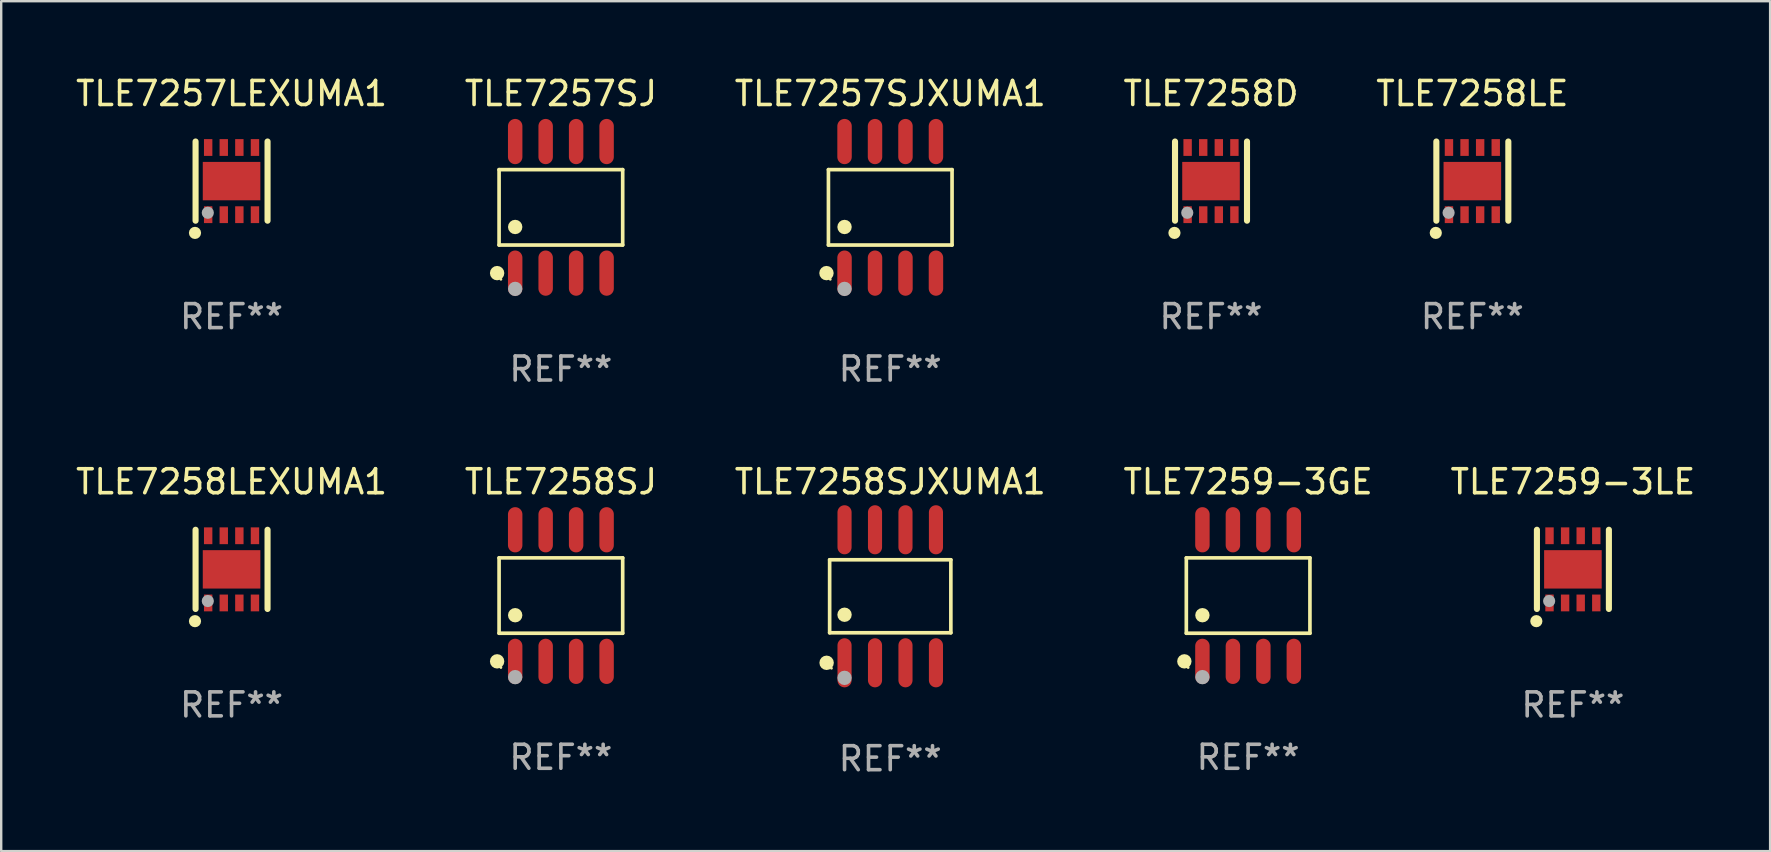
<source format=kicad_pcb>
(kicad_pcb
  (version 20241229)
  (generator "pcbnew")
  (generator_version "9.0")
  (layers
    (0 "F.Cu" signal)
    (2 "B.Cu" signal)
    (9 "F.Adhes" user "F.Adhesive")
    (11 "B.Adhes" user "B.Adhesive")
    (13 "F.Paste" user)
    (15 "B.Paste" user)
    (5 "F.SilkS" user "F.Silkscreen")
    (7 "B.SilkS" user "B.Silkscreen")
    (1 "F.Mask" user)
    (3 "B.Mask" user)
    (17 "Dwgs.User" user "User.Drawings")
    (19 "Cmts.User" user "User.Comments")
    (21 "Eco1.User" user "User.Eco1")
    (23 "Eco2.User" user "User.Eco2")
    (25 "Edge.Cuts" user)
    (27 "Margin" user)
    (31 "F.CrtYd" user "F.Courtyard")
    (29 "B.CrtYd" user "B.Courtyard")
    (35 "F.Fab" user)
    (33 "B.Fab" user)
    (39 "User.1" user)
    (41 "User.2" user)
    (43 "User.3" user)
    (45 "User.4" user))
  (footprint "TLE7259-3LE"
    (layer "F.Cu")
    (at 62.506 20.68)
    (property "Reference" "TLE7259-3LE" (at 0 -3.65 0) (layer "F.SilkS") (effects (font (size 1 1) (thickness 0.15))))
    (attr through_hole)
    (fp_line (start -1.5 1.65) (end -1.5 -1.65) (stroke (width 0.254) (type solid)) (layer "F.SilkS"))
    (fp_line (start 1.5 1.65) (end 1.5 -1.65) (stroke (width 0.254) (type solid)) (layer "F.SilkS"))
    (fp_circle (center -1.524 2.159) (end -1.397 2.159) (stroke (width 0.254) (type solid)) (fill no) (layer "F.SilkS"))
    (fp_circle (center -1.5 1.5) (end -1.47 1.5) (stroke (width 0.06) (type solid)) (fill no) (layer "F.SilkS"))
    (fp_circle (center -0.99 1.32) (end -0.863 1.32) (stroke (width 0.254) (type solid)) (fill no) (layer "F.Fab"))
    (fp_text user "REF**" (at 0 5.65 0) (layer "F.Fab") (effects (font (size 1 1) (thickness 0.15))))
    (pad "1" smd rect (at -0.975 1.4 270) (size 0.7 0.35) (layers "F.Cu" "F.Mask" "F.Paste"))
    (pad "2" smd rect (at -0.325 1.4 270) (size 0.7 0.35) (layers "F.Cu" "F.Mask" "F.Paste"))
    (pad "3" smd rect (at 0.325 1.4 270) (size 0.7 0.35) (layers "F.Cu" "F.Mask" "F.Paste"))
    (pad "4" smd rect (at 0.975 1.4 270) (size 0.7 0.35) (layers "F.Cu" "F.Mask" "F.Paste"))
    (pad "5" smd rect (at 0.975 -1.4 270) (size 0.7 0.35) (layers "F.Cu" "F.Mask" "F.Paste"))
    (pad "6" smd rect (at 0.325 -1.4 270) (size 0.7 0.35) (layers "F.Cu" "F.Mask" "F.Paste"))
    (pad "7" smd rect (at -0.325 -1.4 270) (size 0.7 0.35) (layers "F.Cu" "F.Mask" "F.Paste"))
    (pad "8" smd rect (at -0.975 -1.4 270) (size 0.7 0.35) (layers "F.Cu" "F.Mask" "F.Paste"))
    (pad "9" smd rect (at 0.000241 0.000064) (size 2.4 1.6) (layers "F.Cu" "F.Mask" "F.Paste")))
  (footprint "TLE7258LE"
    (layer "F.Cu")
    (at 58.315 4.498)
    (property "Reference" "TLE7258LE" (at 0 -3.65 0) (layer "F.SilkS") (effects (font (size 1 1) (thickness 0.15))))
    (attr through_hole)
    (fp_line (start -1.5 1.65) (end -1.5 -1.65) (stroke (width 0.254) (type solid)) (layer "F.SilkS"))
    (fp_line (start 1.5 1.65) (end 1.5 -1.65) (stroke (width 0.254) (type solid)) (layer "F.SilkS"))
    (fp_circle (center -1.524 2.159) (end -1.397 2.159) (stroke (width 0.254) (type solid)) (fill no) (layer "F.SilkS"))
    (fp_circle (center -1.5 1.5) (end -1.47 1.5) (stroke (width 0.06) (type solid)) (fill no) (layer "F.SilkS"))
    (fp_circle (center -0.99 1.32) (end -0.863 1.32) (stroke (width 0.254) (type solid)) (fill no) (layer "F.Fab"))
    (fp_text user "REF**" (at 0 5.65 0) (layer "F.Fab") (effects (font (size 1 1) (thickness 0.15))))
    (pad "1" smd rect (at -0.975 1.4 270) (size 0.7 0.35) (layers "F.Cu" "F.Mask" "F.Paste"))
    (pad "2" smd rect (at -0.325 1.4 270) (size 0.7 0.35) (layers "F.Cu" "F.Mask" "F.Paste"))
    (pad "3" smd rect (at 0.325 1.4 270) (size 0.7 0.35) (layers "F.Cu" "F.Mask" "F.Paste"))
    (pad "4" smd rect (at 0.975 1.4 270) (size 0.7 0.35) (layers "F.Cu" "F.Mask" "F.Paste"))
    (pad "5" smd rect (at 0.975 -1.4 270) (size 0.7 0.35) (layers "F.Cu" "F.Mask" "F.Paste"))
    (pad "6" smd rect (at 0.325 -1.4 270) (size 0.7 0.35) (layers "F.Cu" "F.Mask" "F.Paste"))
    (pad "7" smd rect (at -0.325 -1.4 270) (size 0.7 0.35) (layers "F.Cu" "F.Mask" "F.Paste"))
    (pad "8" smd rect (at -0.975 -1.4 270) (size 0.7 0.35) (layers "F.Cu" "F.Mask" "F.Paste"))
    (pad "9" smd rect (at 0.000241 0.000064) (size 2.4 1.6) (layers "F.Cu" "F.Mask" "F.Paste")))
  (footprint "TLE7257SJXUMA1"
    (layer "F.Cu")
    (at 34.054 5.591)
    (property "Reference" "TLE7257SJXUMA1" (at 0 -4.742 0) (layer "F.SilkS") (effects (font (size 1 1) (thickness 0.15))))
    (attr through_hole)
    (fp_line (start -2.576 -1.571) (end 2.576 -1.571) (stroke (width 0.152) (type solid)) (layer "F.SilkS"))
    (fp_line (start -2.576 1.571) (end -2.576 -1.571) (stroke (width 0.152) (type solid)) (layer "F.SilkS"))
    (fp_line (start 2.576 -1.571) (end 2.576 1.571) (stroke (width 0.152) (type solid)) (layer "F.SilkS"))
    (fp_line (start 2.576 1.571) (end -2.576 1.571) (stroke (width 0.152) (type solid)) (layer "F.SilkS"))
    (fp_circle (center -2.658 2.742) (end -2.508 2.742) (stroke (width 0.3) (type solid)) (fill no) (layer "F.SilkS"))
    (fp_circle (center -2.5 3) (end -2.47 3) (stroke (width 0.06) (type solid)) (fill no) (layer "F.SilkS"))
    (fp_circle (center -1.905 0.819) (end -1.755 0.819) (stroke (width 0.3) (type solid)) (fill no) (layer "F.SilkS"))
    (fp_circle (center -1.905 3.4) (end -1.755 3.4) (stroke (width 0.3) (type solid)) (fill no) (layer "F.Fab"))
    (fp_text user "REF**" (at 0 6.742 0) (layer "F.Fab") (effects (font (size 1 1) (thickness 0.15))))
    (pad "1" smd oval (at -1.905 2.742) (size 0.602 1.885) (layers "F.Cu" "F.Mask" "F.Paste"))
    (pad "2" smd oval (at -0.635 2.742) (size 0.602 1.885) (layers "F.Cu" "F.Mask" "F.Paste"))
    (pad "3" smd oval (at 0.635 2.742) (size 0.602 1.885) (layers "F.Cu" "F.Mask" "F.Paste"))
    (pad "4" smd oval (at 1.905 2.742) (size 0.602 1.885) (layers "F.Cu" "F.Mask" "F.Paste"))
    (pad "5" smd oval (at 1.905 -2.742) (size 0.602 1.885) (layers "F.Cu" "F.Mask" "F.Paste"))
    (pad "6" smd oval (at 0.635 -2.742) (size 0.602 1.885) (layers "F.Cu" "F.Mask" "F.Paste"))
    (pad "7" smd oval (at -0.635 -2.742) (size 0.602 1.885) (layers "F.Cu" "F.Mask" "F.Paste"))
    (pad "8" smd oval (at -1.905 -2.742) (size 0.602 1.885) (layers "F.Cu" "F.Mask" "F.Paste")))
  (footprint "TLE7258SJXUMA1"
    (layer "F.Cu")
    (at 34.054 21.802)
    (property "Reference" "TLE7258SJXUMA1" (at 0 -4.772 0) (layer "F.SilkS") (effects (font (size 1 1) (thickness 0.15))))
    (attr through_hole)
    (fp_line (start -2.526 -1.521) (end 2.526 -1.521) (stroke (width 0.152) (type solid)) (layer "F.SilkS"))
    (fp_line (start -2.526 1.521) (end -2.526 -1.521) (stroke (width 0.152) (type solid)) (layer "F.SilkS"))
    (fp_line (start 2.526 -1.521) (end 2.526 1.521) (stroke (width 0.152) (type solid)) (layer "F.SilkS"))
    (fp_line (start 2.526 1.521) (end -2.526 1.521) (stroke (width 0.152) (type solid)) (layer "F.SilkS"))
    (fp_circle (center -2.652 2.772) (end -2.501 2.772) (stroke (width 0.3) (type solid)) (fill no) (layer "F.SilkS"))
    (fp_circle (center -2.45 3) (end -2.42 3) (stroke (width 0.06) (type solid)) (fill no) (layer "F.SilkS"))
    (fp_circle (center -1.905 0.769) (end -1.755 0.769) (stroke (width 0.3) (type solid)) (fill no) (layer "F.SilkS"))
    (fp_circle (center -1.905 3.4) (end -1.755 3.4) (stroke (width 0.3) (type solid)) (fill no) (layer "F.Fab"))
    (fp_text user "REF**" (at 0 6.772 0) (layer "F.Fab") (effects (font (size 1 1) (thickness 0.15))))
    (pad "1" smd oval (at -1.905 2.772) (size 0.588 2.045) (layers "F.Cu" "F.Mask" "F.Paste"))
    (pad "2" smd oval (at -0.635 2.772) (size 0.588 2.045) (layers "F.Cu" "F.Mask" "F.Paste"))
    (pad "3" smd oval (at 0.635 2.772) (size 0.588 2.045) (layers "F.Cu" "F.Mask" "F.Paste"))
    (pad "4" smd oval (at 1.905 2.772) (size 0.588 2.045) (layers "F.Cu" "F.Mask" "F.Paste"))
    (pad "5" smd oval (at 1.905 -2.772) (size 0.588 2.045) (layers "F.Cu" "F.Mask" "F.Paste"))
    (pad "6" smd oval (at 0.635 -2.772) (size 0.588 2.045) (layers "F.Cu" "F.Mask" "F.Paste"))
    (pad "7" smd oval (at -0.635 -2.772) (size 0.588 2.045) (layers "F.Cu" "F.Mask" "F.Paste"))
    (pad "8" smd oval (at -1.905 -2.772) (size 0.588 2.045) (layers "F.Cu" "F.Mask" "F.Paste")))
  (footprint "TLE7258LEXUMA1"
    (layer "F.Cu")
    (at 6.601 20.68)
    (property "Reference" "TLE7258LEXUMA1" (at 0 -3.65 0) (layer "F.SilkS") (effects (font (size 1 1) (thickness 0.15))))
    (attr through_hole)
    (fp_line (start -1.5 1.65) (end -1.5 -1.65) (stroke (width 0.254) (type solid)) (layer "F.SilkS"))
    (fp_line (start 1.5 1.65) (end 1.5 -1.65) (stroke (width 0.254) (type solid)) (layer "F.SilkS"))
    (fp_circle (center -1.524 2.159) (end -1.397 2.159) (stroke (width 0.254) (type solid)) (fill no) (layer "F.SilkS"))
    (fp_circle (center -1.5 1.5) (end -1.47 1.5) (stroke (width 0.06) (type solid)) (fill no) (layer "F.SilkS"))
    (fp_circle (center -0.99 1.32) (end -0.863 1.32) (stroke (width 0.254) (type solid)) (fill no) (layer "F.Fab"))
    (fp_text user "REF**" (at 0 5.65 0) (layer "F.Fab") (effects (font (size 1 1) (thickness 0.15))))
    (pad "1" smd rect (at -0.975 1.4 270) (size 0.7 0.35) (layers "F.Cu" "F.Mask" "F.Paste"))
    (pad "2" smd rect (at -0.325 1.4 270) (size 0.7 0.35) (layers "F.Cu" "F.Mask" "F.Paste"))
    (pad "3" smd rect (at 0.325 1.4 270) (size 0.7 0.35) (layers "F.Cu" "F.Mask" "F.Paste"))
    (pad "4" smd rect (at 0.975 1.4 270) (size 0.7 0.35) (layers "F.Cu" "F.Mask" "F.Paste"))
    (pad "5" smd rect (at 0.975 -1.4 270) (size 0.7 0.35) (layers "F.Cu" "F.Mask" "F.Paste"))
    (pad "6" smd rect (at 0.325 -1.4 270) (size 0.7 0.35) (layers "F.Cu" "F.Mask" "F.Paste"))
    (pad "7" smd rect (at -0.325 -1.4 270) (size 0.7 0.35) (layers "F.Cu" "F.Mask" "F.Paste"))
    (pad "8" smd rect (at -0.975 -1.4 270) (size 0.7 0.35) (layers "F.Cu" "F.Mask" "F.Paste"))
    (pad "9" smd rect (at 0.000241 0.000064) (size 2.4 1.6) (layers "F.Cu" "F.Mask" "F.Paste")))
  (footprint "TLE7257LEXUMA1"
    (layer "F.Cu")
    (at 6.601 4.498)
    (property "Reference" "TLE7257LEXUMA1" (at 0 -3.65 0) (layer "F.SilkS") (effects (font (size 1 1) (thickness 0.15))))
    (attr through_hole)
    (fp_line (start -1.5 1.65) (end -1.5 -1.65) (stroke (width 0.254) (type solid)) (layer "F.SilkS"))
    (fp_line (start 1.5 1.65) (end 1.5 -1.65) (stroke (width 0.254) (type solid)) (layer "F.SilkS"))
    (fp_circle (center -1.524 2.159) (end -1.397 2.159) (stroke (width 0.254) (type solid)) (fill no) (layer "F.SilkS"))
    (fp_circle (center -1.5 1.5) (end -1.47 1.5) (stroke (width 0.06) (type solid)) (fill no) (layer "F.SilkS"))
    (fp_circle (center -0.99 1.32) (end -0.863 1.32) (stroke (width 0.254) (type solid)) (fill no) (layer "F.Fab"))
    (fp_text user "REF**" (at 0 5.65 0) (layer "F.Fab") (effects (font (size 1 1) (thickness 0.15))))
    (pad "1" smd rect (at -0.975 1.4 270) (size 0.7 0.35) (layers "F.Cu" "F.Mask" "F.Paste"))
    (pad "2" smd rect (at -0.325 1.4 270) (size 0.7 0.35) (layers "F.Cu" "F.Mask" "F.Paste"))
    (pad "3" smd rect (at 0.325 1.4 270) (size 0.7 0.35) (layers "F.Cu" "F.Mask" "F.Paste"))
    (pad "4" smd rect (at 0.975 1.4 270) (size 0.7 0.35) (layers "F.Cu" "F.Mask" "F.Paste"))
    (pad "5" smd rect (at 0.975 -1.4 270) (size 0.7 0.35) (layers "F.Cu" "F.Mask" "F.Paste"))
    (pad "6" smd rect (at 0.325 -1.4 270) (size 0.7 0.35) (layers "F.Cu" "F.Mask" "F.Paste"))
    (pad "7" smd rect (at -0.325 -1.4 270) (size 0.7 0.35) (layers "F.Cu" "F.Mask" "F.Paste"))
    (pad "8" smd rect (at -0.975 -1.4 270) (size 0.7 0.35) (layers "F.Cu" "F.Mask" "F.Paste"))
    (pad "9" smd rect (at 0.000241 0.000064) (size 2.4 1.6) (layers "F.Cu" "F.Mask" "F.Paste")))
  (footprint "TLE7258D"
    (layer "F.Cu")
    (at 47.423 4.498)
    (property "Reference" "TLE7258D" (at 0 -3.65 0) (layer "F.SilkS") (effects (font (size 1 1) (thickness 0.15))))
    (attr through_hole)
    (fp_line (start -1.5 1.65) (end -1.5 -1.65) (stroke (width 0.254) (type solid)) (layer "F.SilkS"))
    (fp_line (start 1.5 1.65) (end 1.5 -1.65) (stroke (width 0.254) (type solid)) (layer "F.SilkS"))
    (fp_circle (center -1.524 2.159) (end -1.397 2.159) (stroke (width 0.254) (type solid)) (fill no) (layer "F.SilkS"))
    (fp_circle (center -1.5 1.5) (end -1.47 1.5) (stroke (width 0.06) (type solid)) (fill no) (layer "F.SilkS"))
    (fp_circle (center -0.99 1.32) (end -0.863 1.32) (stroke (width 0.254) (type solid)) (fill no) (layer "F.Fab"))
    (fp_text user "REF**" (at 0 5.65 0) (layer "F.Fab") (effects (font (size 1 1) (thickness 0.15))))
    (pad "1" smd rect (at -0.975 1.4 270) (size 0.7 0.35) (layers "F.Cu" "F.Mask" "F.Paste"))
    (pad "2" smd rect (at -0.325 1.4 270) (size 0.7 0.35) (layers "F.Cu" "F.Mask" "F.Paste"))
    (pad "3" smd rect (at 0.325 1.4 270) (size 0.7 0.35) (layers "F.Cu" "F.Mask" "F.Paste"))
    (pad "4" smd rect (at 0.975 1.4 270) (size 0.7 0.35) (layers "F.Cu" "F.Mask" "F.Paste"))
    (pad "5" smd rect (at 0.975 -1.4 270) (size 0.7 0.35) (layers "F.Cu" "F.Mask" "F.Paste"))
    (pad "6" smd rect (at 0.325 -1.4 270) (size 0.7 0.35) (layers "F.Cu" "F.Mask" "F.Paste"))
    (pad "7" smd rect (at -0.325 -1.4 270) (size 0.7 0.35) (layers "F.Cu" "F.Mask" "F.Paste"))
    (pad "8" smd rect (at -0.975 -1.4 270) (size 0.7 0.35) (layers "F.Cu" "F.Mask" "F.Paste"))
    (pad "9" smd rect (at 0.000241 0.000064) (size 2.4 1.6) (layers "F.Cu" "F.Mask" "F.Paste")))
  (footprint "TLE7259-3GE"
    (layer "F.Cu")
    (at 48.97 21.772)
    (property "Reference" "TLE7259-3GE" (at 0 -4.742 0) (layer "F.SilkS") (effects (font (size 1 1) (thickness 0.15))))
    (attr through_hole)
    (fp_line (start -2.576 -1.571) (end 2.576 -1.571) (stroke (width 0.152) (type solid)) (layer "F.SilkS"))
    (fp_line (start -2.576 1.571) (end -2.576 -1.571) (stroke (width 0.152) (type solid)) (layer "F.SilkS"))
    (fp_line (start 2.576 -1.571) (end 2.576 1.571) (stroke (width 0.152) (type solid)) (layer "F.SilkS"))
    (fp_line (start 2.576 1.571) (end -2.576 1.571) (stroke (width 0.152) (type solid)) (layer "F.SilkS"))
    (fp_circle (center -2.658 2.742) (end -2.508 2.742) (stroke (width 0.3) (type solid)) (fill no) (layer "F.SilkS"))
    (fp_circle (center -2.5 3) (end -2.47 3) (stroke (width 0.06) (type solid)) (fill no) (layer "F.SilkS"))
    (fp_circle (center -1.905 0.819) (end -1.755 0.819) (stroke (width 0.3) (type solid)) (fill no) (layer "F.SilkS"))
    (fp_circle (center -1.905 3.4) (end -1.755 3.4) (stroke (width 0.3) (type solid)) (fill no) (layer "F.Fab"))
    (fp_text user "REF**" (at 0 6.742 0) (layer "F.Fab") (effects (font (size 1 1) (thickness 0.15))))
    (pad "1" smd oval (at -1.905 2.742) (size 0.602 1.885) (layers "F.Cu" "F.Mask" "F.Paste"))
    (pad "2" smd oval (at -0.635 2.742) (size 0.602 1.885) (layers "F.Cu" "F.Mask" "F.Paste"))
    (pad "3" smd oval (at 0.635 2.742) (size 0.602 1.885) (layers "F.Cu" "F.Mask" "F.Paste"))
    (pad "4" smd oval (at 1.905 2.742) (size 0.602 1.885) (layers "F.Cu" "F.Mask" "F.Paste"))
    (pad "5" smd oval (at 1.905 -2.742) (size 0.602 1.885) (layers "F.Cu" "F.Mask" "F.Paste"))
    (pad "6" smd oval (at 0.635 -2.742) (size 0.602 1.885) (layers "F.Cu" "F.Mask" "F.Paste"))
    (pad "7" smd oval (at -0.635 -2.742) (size 0.602 1.885) (layers "F.Cu" "F.Mask" "F.Paste"))
    (pad "8" smd oval (at -1.905 -2.742) (size 0.602 1.885) (layers "F.Cu" "F.Mask" "F.Paste")))
  (footprint "TLE7257SJ"
    (layer "F.Cu")
    (at 20.327 5.591)
    (property "Reference" "TLE7257SJ" (at 0 -4.742 0) (layer "F.SilkS") (effects (font (size 1 1) (thickness 0.15))))
    (attr through_hole)
    (fp_line (start -2.576 -1.571) (end 2.576 -1.571) (stroke (width 0.152) (type solid)) (layer "F.SilkS"))
    (fp_line (start -2.576 1.571) (end -2.576 -1.571) (stroke (width 0.152) (type solid)) (layer "F.SilkS"))
    (fp_line (start 2.576 -1.571) (end 2.576 1.571) (stroke (width 0.152) (type solid)) (layer "F.SilkS"))
    (fp_line (start 2.576 1.571) (end -2.576 1.571) (stroke (width 0.152) (type solid)) (layer "F.SilkS"))
    (fp_circle (center -2.658 2.742) (end -2.508 2.742) (stroke (width 0.3) (type solid)) (fill no) (layer "F.SilkS"))
    (fp_circle (center -2.5 3) (end -2.47 3) (stroke (width 0.06) (type solid)) (fill no) (layer "F.SilkS"))
    (fp_circle (center -1.905 0.819) (end -1.755 0.819) (stroke (width 0.3) (type solid)) (fill no) (layer "F.SilkS"))
    (fp_circle (center -1.905 3.4) (end -1.755 3.4) (stroke (width 0.3) (type solid)) (fill no) (layer "F.Fab"))
    (fp_text user "REF**" (at 0 6.742 0) (layer "F.Fab") (effects (font (size 1 1) (thickness 0.15))))
    (pad "1" smd oval (at -1.905 2.742) (size 0.602 1.885) (layers "F.Cu" "F.Mask" "F.Paste"))
    (pad "2" smd oval (at -0.635 2.742) (size 0.602 1.885) (layers "F.Cu" "F.Mask" "F.Paste"))
    (pad "3" smd oval (at 0.635 2.742) (size 0.602 1.885) (layers "F.Cu" "F.Mask" "F.Paste"))
    (pad "4" smd oval (at 1.905 2.742) (size 0.602 1.885) (layers "F.Cu" "F.Mask" "F.Paste"))
    (pad "5" smd oval (at 1.905 -2.742) (size 0.602 1.885) (layers "F.Cu" "F.Mask" "F.Paste"))
    (pad "6" smd oval (at 0.635 -2.742) (size 0.602 1.885) (layers "F.Cu" "F.Mask" "F.Paste"))
    (pad "7" smd oval (at -0.635 -2.742) (size 0.602 1.885) (layers "F.Cu" "F.Mask" "F.Paste"))
    (pad "8" smd oval (at -1.905 -2.742) (size 0.602 1.885) (layers "F.Cu" "F.Mask" "F.Paste")))
  (footprint "TLE7258SJ"
    (layer "F.Cu")
    (at 20.327 21.772)
    (property "Reference" "TLE7258SJ" (at 0 -4.742 0) (layer "F.SilkS") (effects (font (size 1 1) (thickness 0.15))))
    (attr through_hole)
    (fp_line (start -2.576 -1.571) (end 2.576 -1.571) (stroke (width 0.152) (type solid)) (layer "F.SilkS"))
    (fp_line (start -2.576 1.571) (end -2.576 -1.571) (stroke (width 0.152) (type solid)) (layer "F.SilkS"))
    (fp_line (start 2.576 -1.571) (end 2.576 1.571) (stroke (width 0.152) (type solid)) (layer "F.SilkS"))
    (fp_line (start 2.576 1.571) (end -2.576 1.571) (stroke (width 0.152) (type solid)) (layer "F.SilkS"))
    (fp_circle (center -2.658 2.742) (end -2.508 2.742) (stroke (width 0.3) (type solid)) (fill no) (layer "F.SilkS"))
    (fp_circle (center -2.5 3) (end -2.47 3) (stroke (width 0.06) (type solid)) (fill no) (layer "F.SilkS"))
    (fp_circle (center -1.905 0.819) (end -1.755 0.819) (stroke (width 0.3) (type solid)) (fill no) (layer "F.SilkS"))
    (fp_circle (center -1.905 3.4) (end -1.755 3.4) (stroke (width 0.3) (type solid)) (fill no) (layer "F.Fab"))
    (fp_text user "REF**" (at 0 6.742 0) (layer "F.Fab") (effects (font (size 1 1) (thickness 0.15))))
    (pad "1" smd oval (at -1.905 2.742) (size 0.602 1.885) (layers "F.Cu" "F.Mask" "F.Paste"))
    (pad "2" smd oval (at -0.635 2.742) (size 0.602 1.885) (layers "F.Cu" "F.Mask" "F.Paste"))
    (pad "3" smd oval (at 0.635 2.742) (size 0.602 1.885) (layers "F.Cu" "F.Mask" "F.Paste"))
    (pad "4" smd oval (at 1.905 2.742) (size 0.602 1.885) (layers "F.Cu" "F.Mask" "F.Paste"))
    (pad "5" smd oval (at 1.905 -2.742) (size 0.602 1.885) (layers "F.Cu" "F.Mask" "F.Paste"))
    (pad "6" smd oval (at 0.635 -2.742) (size 0.602 1.885) (layers "F.Cu" "F.Mask" "F.Paste"))
    (pad "7" smd oval (at -0.635 -2.742) (size 0.602 1.885) (layers "F.Cu" "F.Mask" "F.Paste"))
    (pad "8" smd oval (at -1.905 -2.742) (size 0.602 1.885) (layers "F.Cu" "F.Mask" "F.Paste")))
  (gr_rect
    (start -3 -3)
    (end 70.726 32.423)
    (stroke (width 0.1) (type default))
    (fill no)
    (layer "Edge.Cuts")))
</source>
